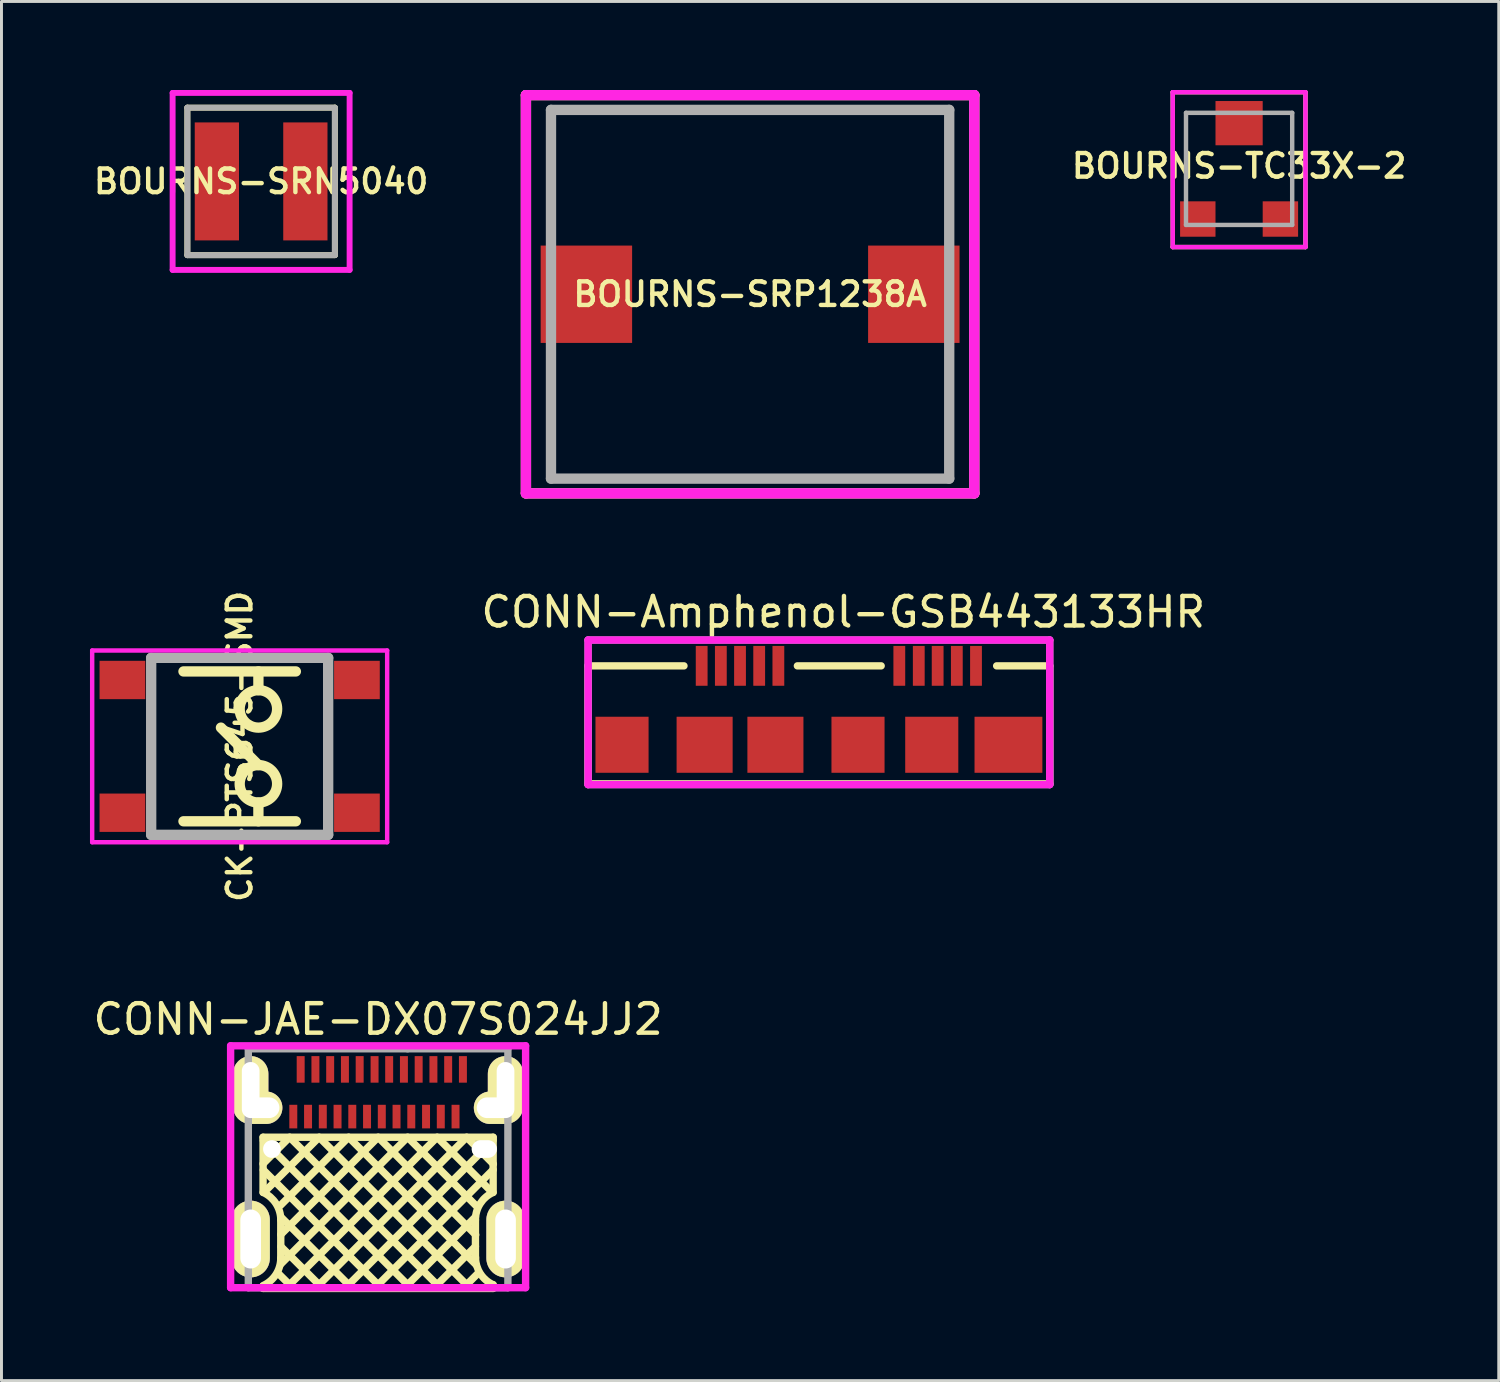
<source format=kicad_pcb>
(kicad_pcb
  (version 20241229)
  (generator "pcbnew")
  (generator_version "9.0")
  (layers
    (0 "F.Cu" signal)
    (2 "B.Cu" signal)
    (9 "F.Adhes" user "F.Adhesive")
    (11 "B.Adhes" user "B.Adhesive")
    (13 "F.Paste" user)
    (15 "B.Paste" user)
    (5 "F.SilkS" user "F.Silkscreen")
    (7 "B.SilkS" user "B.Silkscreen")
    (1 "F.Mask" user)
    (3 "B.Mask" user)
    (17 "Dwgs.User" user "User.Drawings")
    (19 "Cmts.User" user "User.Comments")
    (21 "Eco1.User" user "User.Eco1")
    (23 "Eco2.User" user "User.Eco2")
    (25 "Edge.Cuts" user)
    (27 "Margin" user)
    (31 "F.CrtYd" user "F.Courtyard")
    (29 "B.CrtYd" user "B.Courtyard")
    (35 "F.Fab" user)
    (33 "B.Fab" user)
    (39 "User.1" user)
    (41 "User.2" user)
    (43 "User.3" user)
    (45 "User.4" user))
  (footprint "CONN-JAE-DX07S024JJ2"
    (layer "F.Cu")
    (at 9.768 35.903)
    (property "Reference" "CONN-JAE-DX07S024JJ2" (at 0 -4.4 0) (layer "F.SilkS") (effects (font (size 1 1) (thickness 0.15))))
    (attr through_hole)
    (fp_line (start -3.9 -0.4) (end 3.9 -0.4) (stroke (width 0.25) (type solid)) (layer "F.SilkS"))
    (fp_line (start -3.9 1.47) (end -3.9 -0.4) (stroke (width 0.25) (type solid)) (layer "F.SilkS"))
    (fp_line (start -3.9 4.65) (end -3.9 4.725) (stroke (width 0.25) (type solid)) (layer "F.SilkS"))
    (fp_line (start -3.9 4.725) (end 3.9 4.725) (stroke (width 0.25) (type solid)) (layer "F.SilkS"))
    (fp_line (start -3.3 2.38) (end -3.3 3.72) (stroke (width 0.25) (type solid)) (layer "F.SilkS"))
    (fp_line (start -3 -0.4) (end -3.9 0.5) (stroke (width 0.25) (type solid)) (layer "F.SilkS"))
    (fp_line (start -2.992 -0.392) (end 2.108 4.708) (stroke (width 0.25) (type solid)) (layer "F.SilkS"))
    (fp_line (start -2.892 4.708) (end -3.392 4.208) (stroke (width 0.25) (type solid)) (layer "F.SilkS"))
    (fp_line (start -2 -0.4) (end -3.8 1.4) (stroke (width 0.25) (type solid)) (layer "F.SilkS"))
    (fp_line (start -1.992 -0.392) (end 3.108 4.708) (stroke (width 0.25) (type solid)) (layer "F.SilkS"))
    (fp_line (start -1.892 4.708) (end -3.292 3.308) (stroke (width 0.25) (type solid)) (layer "F.SilkS"))
    (fp_line (start -1.1 4.7) (end 3.9 -0.3) (stroke (width 0.25) (type solid)) (layer "F.SilkS"))
    (fp_line (start -1 -0.4) (end -3.3 1.9) (stroke (width 0.25) (type solid)) (layer "F.SilkS"))
    (fp_line (start -0.992 -0.392) (end 3.308 3.908) (stroke (width 0.25) (type solid)) (layer "F.SilkS"))
    (fp_line (start -0.892 4.708) (end -3.292 2.308) (stroke (width 0.25) (type solid)) (layer "F.SilkS"))
    (fp_line (start -0.1 4.7) (end 3.9 0.7) (stroke (width 0.25) (type solid)) (layer "F.SilkS"))
    (fp_line (start 0 -0.4) (end -3.3 2.9) (stroke (width 0.25) (type solid)) (layer "F.SilkS"))
    (fp_line (start 0.008 -0.392) (end 3.308 2.908) (stroke (width 0.25) (type solid)) (layer "F.SilkS"))
    (fp_line (start 0.108 4.708) (end -3.892 0.708) (stroke (width 0.25) (type solid)) (layer "F.SilkS"))
    (fp_line (start 0.9 4.7) (end 3.3 2.3) (stroke (width 0.25) (type solid)) (layer "F.SilkS"))
    (fp_line (start 1 -0.4) (end -3.3 3.9) (stroke (width 0.25) (type solid)) (layer "F.SilkS"))
    (fp_line (start 1.008 -0.392) (end 3.308 1.908) (stroke (width 0.25) (type solid)) (layer "F.SilkS"))
    (fp_line (start 1.108 4.708) (end -3.892 -0.292) (stroke (width 0.25) (type solid)) (layer "F.SilkS"))
    (fp_line (start 1.9 4.7) (end 3.3 3.3) (stroke (width 0.25) (type solid)) (layer "F.SilkS"))
    (fp_line (start 2 -0.4) (end -3.1 4.7) (stroke (width 0.25) (type solid)) (layer "F.SilkS"))
    (fp_line (start 2.008 -0.392) (end 3.808 1.408) (stroke (width 0.25) (type solid)) (layer "F.SilkS"))
    (fp_line (start 2.9 4.7) (end 3.4 4.2) (stroke (width 0.25) (type solid)) (layer "F.SilkS"))
    (fp_line (start 3 -0.4) (end -2.1 4.7) (stroke (width 0.25) (type solid)) (layer "F.SilkS"))
    (fp_line (start 3.008 -0.392) (end 3.908 0.508) (stroke (width 0.25) (type solid)) (layer "F.SilkS"))
    (fp_line (start 3.3 3.7) (end 3.3 2.4) (stroke (width 0.25) (type solid)) (layer "F.SilkS"))
    (fp_line (start 3.9 -0.4) (end 3.9 1.47) (stroke (width 0.25) (type solid)) (layer "F.SilkS"))
    (fp_line (start 3.9 4.6) (end 3.9 4.725) (stroke (width 0.25) (type solid)) (layer "F.SilkS"))
    (fp_arc (start -3.897013 1.47184) (mid -3.462141 1.848206) (end -3.3 2.4) (stroke (width 0.25) (type solid)) (layer "F.SilkS"))
    (fp_arc (start -3.3 3.7) (mid -3.462179 4.251855) (end -3.897144 4.62822) (stroke (width 0.25) (type solid)) (layer "F.SilkS"))
    (fp_arc (start 3.3 2.4) (mid 3.46214 1.848206) (end 3.897013 1.47184) (stroke (width 0.25) (type solid)) (layer "F.SilkS"))
    (fp_arc (start 3.9 4.6) (mid 3.465128 4.223634) (end 3.302987 3.67184) (stroke (width 0.25) (type solid)) (layer "F.SilkS"))
    (fp_line (start -5 -3.5) (end -5 4.7) (stroke (width 0.25) (type solid)) (layer "F.CrtYd"))
    (fp_line (start -5 4.7) (end 5 4.7) (stroke (width 0.25) (type solid)) (layer "F.CrtYd"))
    (fp_line (start 5 -3.5) (end -5 -3.5) (stroke (width 0.25) (type solid)) (layer "F.CrtYd"))
    (fp_line (start 5 4.7) (end 5 -3.5) (stroke (width 0.25) (type solid)) (layer "F.CrtYd"))
    (fp_line (start -4.4 -3.4) (end -4.4 4.7) (stroke (width 0.25) (type solid)) (layer "F.Fab"))
    (fp_line (start -4.4 4.7) (end 4.4 4.7) (stroke (width 0.25) (type solid)) (layer "F.Fab"))
    (fp_line (start 1 -3.4) (end -4.4 -3.4) (stroke (width 0.25) (type solid)) (layer "F.Fab"))
    (fp_line (start 1 -3.4) (end 4.4 -3.4) (stroke (width 0.25) (type solid)) (layer "F.Fab"))
    (fp_line (start 4.4 4.7) (end 4.4 -3.4) (stroke (width 0.25) (type solid)) (layer "F.Fab"))
    (pad "" np_thru_hole circle (at -3.6 0) (size 0.6 0.6) (drill 0.6) (layers "*.Cu" "*.Mask" "F.SilkS"))
    (pad "" np_thru_hole oval (at 3.6 0) (size 0.85 0.6) (drill oval 0.85 0.6) (layers "*.Cu" "*.Mask" "F.SilkS"))
    (pad "A1" smd rect (at -2.625 -2.7) (size 0.27 0.9) (layers "F.Cu" "F.Mask" "F.Paste"))
    (pad "A2" smd rect (at -2.125 -2.7) (size 0.27 0.9) (layers "F.Cu" "F.Mask" "F.Paste"))
    (pad "A3" smd rect (at -1.625 -2.7) (size 0.27 0.9) (layers "F.Cu" "F.Mask" "F.Paste"))
    (pad "A4" smd rect (at -1.125 -2.7) (size 0.27 0.9) (layers "F.Cu" "F.Mask" "F.Paste"))
    (pad "A5" smd rect (at -0.625 -2.7) (size 0.27 0.9) (layers "F.Cu" "F.Mask" "F.Paste"))
    (pad "A6" smd rect (at -0.12 -2.7) (size 0.27 0.9) (layers "F.Cu" "F.Mask" "F.Paste"))
    (pad "A7" smd rect (at 0.375 -2.7) (size 0.27 0.9) (layers "F.Cu" "F.Mask" "F.Paste"))
    (pad "A8" smd rect (at 0.875 -2.7) (size 0.27 0.9) (layers "F.Cu" "F.Mask" "F.Paste"))
    (pad "A9" smd rect (at 1.375 -2.7) (size 0.27 0.9) (layers "F.Cu" "F.Mask" "F.Paste"))
    (pad "A10" smd rect (at 1.875 -2.7) (size 0.27 0.9) (layers "F.Cu" "F.Mask" "F.Paste"))
    (pad "A11" smd rect (at 2.375 -2.7) (size 0.27 0.9) (layers "F.Cu" "F.Mask" "F.Paste"))
    (pad "A12" smd rect (at 2.875 -2.7) (size 0.27 0.9) (layers "F.Cu" "F.Mask" "F.Paste"))
    (pad "B1" smd rect (at 2.625 -1.1) (size 0.27 0.8) (layers "F.Cu" "F.Mask" "F.Paste"))
    (pad "B2" smd rect (at 2.125 -1.1) (size 0.27 0.8) (layers "F.Cu" "F.Mask" "F.Paste"))
    (pad "B3" smd rect (at 1.625 -1.1) (size 0.27 0.8) (layers "F.Cu" "F.Mask" "F.Paste"))
    (pad "B4" smd rect (at 1.125 -1.1) (size 0.27 0.8) (layers "F.Cu" "F.Mask" "F.Paste"))
    (pad "B5" smd rect (at 0.625 -1.1) (size 0.27 0.8) (layers "F.Cu" "F.Mask" "F.Paste"))
    (pad "B6" smd rect (at 0.125 -1.1) (size 0.27 0.8) (layers "F.Cu" "F.Mask" "F.Paste"))
    (pad "B7" smd rect (at -0.375 -1.1) (size 0.27 0.8) (layers "F.Cu" "F.Mask" "F.Paste"))
    (pad "B8" smd rect (at -0.875 -1.1) (size 0.27 0.8) (layers "F.Cu" "F.Mask" "F.Paste"))
    (pad "B9" smd rect (at -1.375 -1.1) (size 0.27 0.8) (layers "F.Cu" "F.Mask" "F.Paste"))
    (pad "B10" smd rect (at -1.875 -1.1) (size 0.27 0.8) (layers "F.Cu" "F.Mask" "F.Paste"))
    (pad "B11" smd rect (at -2.375 -1.1) (size 0.27 0.8) (layers "F.Cu" "F.Mask" "F.Paste"))
    (pad "B12" smd rect (at -2.875 -1.1) (size 0.27 0.8) (layers "F.Cu" "F.Mask" "F.Paste"))
    (pad "SH" thru_hole oval (at -4.32 -2) (size 1.2 2.3) (drill oval 0.6 1.9) (layers "*.Cu" "*.Mask" "F.SilkS"))
    (pad "SH" thru_hole oval (at -4.32 3.05) (size 1.3 2.6) (drill oval 0.7 2) (layers "*.Cu" "*.Mask" "F.SilkS"))
    (pad "SH" thru_hole oval (at -3.97 -1.4) (size 1.45 1.1) (drill oval 1.25 0.7) (layers "*.Cu" "*.Mask" "F.SilkS"))
    (pad "SH" thru_hole oval (at 3.97 -1.4) (size 1.45 1.1) (drill oval 1.25 0.7) (layers "*.Cu" "*.Mask" "F.SilkS"))
    (pad "SH" thru_hole oval (at 4.32 -2) (size 1.2 2.3) (drill oval 0.6 1.9) (layers "*.Cu" "*.Mask" "F.SilkS"))
    (pad "SH" thru_hole oval (at 4.32 3.05) (size 1.3 2.6) (drill oval 0.7 2) (layers "*.Cu" "*.Mask" "F.SilkS")))
  (footprint "BOURNS-SRP1238A"
    (layer "F.Cu")
    (at 22.379 6.925)
    (property "Reference" "BOURNS-SRP1238A" (at 0 0 0) (layer "F.SilkS") (effects (font (size 0.8 0.8) (thickness 0.15))))
    (attr through_hole)
    (fp_line (start -7.6 -6.75) (end 7.6 -6.75) (stroke (width 0.35) (type solid)) (layer "F.SilkS"))
    (fp_line (start -7.6 6.75) (end -7.6 -6.75) (stroke (width 0.35) (type solid)) (layer "F.SilkS"))
    (fp_line (start 7.6 -6.75) (end 7.6 6.75) (stroke (width 0.35) (type solid)) (layer "F.SilkS"))
    (fp_line (start 7.6 6.75) (end -7.6 6.75) (stroke (width 0.35) (type solid)) (layer "F.SilkS"))
    (fp_line (start -7.6 -6.75) (end 7.6 -6.75) (stroke (width 0.35) (type solid)) (layer "F.CrtYd"))
    (fp_line (start -7.6 6.75) (end -7.6 -6.75) (stroke (width 0.35) (type solid)) (layer "F.CrtYd"))
    (fp_line (start 7.6 -6.75) (end 7.6 6.75) (stroke (width 0.35) (type solid)) (layer "F.CrtYd"))
    (fp_line (start 7.6 6.75) (end -7.6 6.75) (stroke (width 0.35) (type solid)) (layer "F.CrtYd"))
    (fp_line (start -6.75 -6.25) (end 6.75 -6.25) (stroke (width 0.35) (type solid)) (layer "F.Fab"))
    (fp_line (start -6.75 6.25) (end -6.75 -6.25) (stroke (width 0.35) (type solid)) (layer "F.Fab"))
    (fp_line (start 6.75 -6.25) (end 6.75 6.25) (stroke (width 0.35) (type solid)) (layer "F.Fab"))
    (fp_line (start 6.75 6.25) (end -6.75 6.25) (stroke (width 0.35) (type solid)) (layer "F.Fab"))
    (pad "1" smd rect (at -5.55 0) (size 3.1 3.3) (layers "F.Cu" "F.Mask" "F.Paste"))
    (pad "2" smd rect (at 5.55 0) (size 3.1 3.3) (layers "F.Cu" "F.Mask" "F.Paste")))
  (footprint "BOURNS-TC33X-2"
    (layer "F.Cu")
    (at 38.956 2.575)
    (property "Reference" "BOURNS-TC33X-2" (at 0 0 0) (layer "F.SilkS") (effects (font (size 0.8 0.8) (thickness 0.15))))
    (attr through_hole)
    (fp_line (start -2.25 -2.5) (end -2.25 2.75) (stroke (width 0.15) (type solid)) (layer "F.SilkS"))
    (fp_line (start -2.25 2.75) (end 2.25 2.75) (stroke (width 0.15) (type solid)) (layer "F.SilkS"))
    (fp_line (start 2.25 -2.5) (end -2.25 -2.5) (stroke (width 0.15) (type solid)) (layer "F.SilkS"))
    (fp_line (start 2.25 2.75) (end 2.25 -2.5) (stroke (width 0.15) (type solid)) (layer "F.SilkS"))
    (fp_line (start -2.25 -2.5) (end -2.25 2.75) (stroke (width 0.15) (type solid)) (layer "F.CrtYd"))
    (fp_line (start -2.25 2.75) (end 2.25 2.75) (stroke (width 0.15) (type solid)) (layer "F.CrtYd"))
    (fp_line (start 2.25 -2.5) (end -2.25 -2.5) (stroke (width 0.15) (type solid)) (layer "F.CrtYd"))
    (fp_line (start 2.25 2.75) (end 2.25 -2.5) (stroke (width 0.15) (type solid)) (layer "F.CrtYd"))
    (fp_line (start -1.8 -1.8) (end 1.8 -1.8) (stroke (width 0.15) (type solid)) (layer "F.Fab"))
    (fp_line (start -1.8 2) (end -1.8 -1.8) (stroke (width 0.15) (type solid)) (layer "F.Fab"))
    (fp_line (start 1.8 -1.8) (end 1.8 2) (stroke (width 0.15) (type solid)) (layer "F.Fab"))
    (fp_line (start 1.8 2) (end -1.8 2) (stroke (width 0.15) (type solid)) (layer "F.Fab"))
    (pad "1" smd rect (at -1.4 1.8) (size 1.2 1.2) (layers "F.Cu" "F.Mask" "F.Paste"))
    (pad "2" smd rect (at 0 -1.45) (size 1.6 1.5) (layers "F.Cu" "F.Mask" "F.Paste"))
    (pad "3" smd rect (at 1.4 1.8) (size 1.2 1.2) (layers "F.Cu" "F.Mask" "F.Paste")))
  (footprint "CONN-Amphenol-GSB443133HR"
    (layer "F.Cu")
    (at 22.037 22.198)
    (property "Reference" "CONN-Amphenol-GSB443133HR" (at 3.5 -4.5 0) (layer "F.SilkS") (effects (font (size 1 1) (thickness 0.15))))
    (attr through_hole)
    (fp_line (start -5.15 -2.675) (end -1.9 -2.675) (stroke (width 0.25) (type solid)) (layer "F.SilkS"))
    (fp_line (start -5.15 1.325) (end -5.15 -2.675) (stroke (width 0.25) (type solid)) (layer "F.SilkS"))
    (fp_line (start -5.15 1.325) (end 10.5 1.325) (stroke (width 0.25) (type solid)) (layer "F.SilkS"))
    (fp_line (start 1.945 -2.675) (end 4.785 -2.675) (stroke (width 0.25) (type solid)) (layer "F.SilkS"))
    (fp_line (start 8.7 -2.675) (end 10.5 -2.675) (stroke (width 0.25) (type solid)) (layer "F.SilkS"))
    (fp_line (start 10.5 -2.675) (end 10.5 1.325) (stroke (width 0.25) (type solid)) (layer "F.SilkS"))
    (fp_line (start -5.15 -3.55) (end 10.5 -3.55) (stroke (width 0.25) (type solid)) (layer "F.CrtYd"))
    (fp_line (start -5.15 1.35) (end -5.15 -3.55) (stroke (width 0.25) (type solid)) (layer "F.CrtYd"))
    (fp_line (start -5.15 1.35) (end 10.5 1.35) (stroke (width 0.25) (type solid)) (layer "F.CrtYd"))
    (fp_line (start 10.5 -3.55) (end 10.5 1.35) (stroke (width 0.25) (type solid)) (layer "F.CrtYd"))
    (fp_line (start -5.15 -3.55) (end 10.5 -3.55) (stroke (width 0.25) (type solid)) (layer "F.Fab"))
    (fp_line (start -5.15 -2.7) (end -5.15 -3.55) (stroke (width 0.25) (type solid)) (layer "F.Fab"))
    (fp_line (start -5.15 1.35) (end -5.15 -2.7) (stroke (width 0.25) (type solid)) (layer "F.Fab"))
    (fp_line (start 10.5 -3.55) (end 10.5 1.35) (stroke (width 0.25) (type solid)) (layer "F.Fab"))
    (fp_line (start 10.5 1.35) (end -5.15 1.35) (stroke (width 0.25) (type solid)) (layer "F.Fab"))
    (pad "1" smd rect (at -1.3 -2.675) (size 0.4 1.35) (layers "F.Cu" "F.Mask" "F.Paste"))
    (pad "2" smd rect (at -0.65 -2.675) (size 0.4 1.35) (layers "F.Cu" "F.Mask" "F.Paste"))
    (pad "3" smd rect (at 0 -2.675) (size 0.4 1.35) (layers "F.Cu" "F.Mask" "F.Paste"))
    (pad "4" smd rect (at 0.65 -2.675) (size 0.4 1.35) (layers "F.Cu" "F.Mask" "F.Paste"))
    (pad "5" smd rect (at 1.3 -2.675) (size 0.4 1.35) (layers "F.Cu" "F.Mask" "F.Paste"))
    (pad "6" smd rect (at 5.4 -2.675) (size 0.4 1.35) (layers "F.Cu" "F.Mask" "F.Paste"))
    (pad "7" smd rect (at 6.06 -2.675) (size 0.4 1.35) (layers "F.Cu" "F.Mask" "F.Paste"))
    (pad "8" smd rect (at 6.7 -2.675) (size 0.4 1.35) (layers "F.Cu" "F.Mask" "F.Paste"))
    (pad "9" smd rect (at 7.35 -2.675) (size 0.4 1.35) (layers "F.Cu" "F.Mask" "F.Paste"))
    (pad "10" smd rect (at 8 -2.675) (size 0.4 1.35) (layers "F.Cu" "F.Mask" "F.Paste"))
    (pad "SH" smd rect (at -4 0) (size 1.8 1.9) (layers "F.Cu" "F.Mask" "F.Paste"))
    (pad "SH" smd rect (at -1.2 0) (size 1.9 1.9) (layers "F.Cu" "F.Mask" "F.Paste"))
    (pad "SH" smd rect (at 1.2 0) (size 1.9 1.9) (layers "F.Cu" "F.Mask" "F.Paste"))
    (pad "SH" smd rect (at 4 0) (size 1.8 1.9) (layers "F.Cu" "F.Mask" "F.Paste"))
    (pad "SH" smd rect (at 6.5 0) (size 1.8 1.9) (layers "F.Cu" "F.Mask" "F.Paste"))
    (pad "SH" smd rect (at 9.1 0) (size 2.3 1.9) (layers "F.Cu" "F.Mask" "F.Paste")))
  (footprint "BOURNS-SRN5040"
    (layer "F.Cu")
    (at 5.802 3.1)
    (property "Reference" "BOURNS-SRN5040" (at 0 0 0) (layer "F.SilkS") (effects (font (size 0.8 0.8) (thickness 0.15))))
    (attr through_hole)
    (fp_line (start -2.5 -2.5) (end 2.5 -2.5) (stroke (width 0.2) (type solid)) (layer "F.SilkS"))
    (fp_line (start -2.5 2.5) (end -2.5 -2.5) (stroke (width 0.2) (type solid)) (layer "F.SilkS"))
    (fp_line (start 2.5 -2.5) (end 2.5 2.5) (stroke (width 0.2) (type solid)) (layer "F.SilkS"))
    (fp_line (start 2.5 2.5) (end -2.5 2.5) (stroke (width 0.2) (type solid)) (layer "F.SilkS"))
    (fp_line (start -3 -3) (end 3 -3) (stroke (width 0.2) (type solid)) (layer "F.CrtYd"))
    (fp_line (start -3 3) (end -3 -3) (stroke (width 0.2) (type solid)) (layer "F.CrtYd"))
    (fp_line (start 3 -3) (end 3 3) (stroke (width 0.2) (type solid)) (layer "F.CrtYd"))
    (fp_line (start 3 3) (end -3 3) (stroke (width 0.2) (type solid)) (layer "F.CrtYd"))
    (fp_line (start -2.5 -2.5) (end 2.5 -2.5) (stroke (width 0.2) (type solid)) (layer "F.Fab"))
    (fp_line (start -2.5 2.5) (end -2.5 -2.5) (stroke (width 0.2) (type solid)) (layer "F.Fab"))
    (fp_line (start 2.5 -2.5) (end 2.5 2.5) (stroke (width 0.2) (type solid)) (layer "F.Fab"))
    (fp_line (start 2.5 2.5) (end -2.5 2.5) (stroke (width 0.2) (type solid)) (layer "F.Fab"))
    (pad "1" smd rect (at -1.5 0) (size 1.5 4) (layers "F.Cu" "F.Mask" "F.Paste"))
    (pad "2" smd rect (at 1.5 0) (size 1.5 4) (layers "F.Cu" "F.Mask" "F.Paste")))
  (footprint "CK-PTS645-SMD"
    (layer "F.Cu")
    (at 5.075 22.252)
    (property "Reference" "CK-PTS645-SMD" (at 0 0 90) (layer "F.SilkS") (effects (font (size 0.8 0.8) (thickness 0.15))))
    (attr through_hole)
    (fp_line (start -1.905 -2.54) (end 1.905 -2.54) (stroke (width 0.35) (type solid)) (layer "F.SilkS"))
    (fp_line (start -1.905 2.54) (end 1.905 2.54) (stroke (width 0.35) (type solid)) (layer "F.SilkS"))
    (fp_line (start 0.635 -1.905) (end 0.635 -2.54) (stroke (width 0.35) (type solid)) (layer "F.SilkS"))
    (fp_line (start 0.635 0.635) (end -0.635 -0.635) (stroke (width 0.35) (type solid)) (layer "F.SilkS"))
    (fp_line (start 0.635 1.905) (end 0.635 2.54) (stroke (width 0.35) (type solid)) (layer "F.SilkS"))
    (fp_circle (center 0.635 -1.27) (end 0.635 -0.635) (stroke (width 0.35) (type solid)) (fill no) (layer "F.SilkS"))
    (fp_circle (center 0.635 1.27) (end 0.635 0.635) (stroke (width 0.35) (type solid)) (fill no) (layer "F.SilkS"))
    (fp_line (start -5 -3.25) (end -5 3.25) (stroke (width 0.15) (type solid)) (layer "F.CrtYd"))
    (fp_line (start -5 3.25) (end 5 3.25) (stroke (width 0.15) (type solid)) (layer "F.CrtYd"))
    (fp_line (start 5 -3.25) (end -5 -3.25) (stroke (width 0.15) (type solid)) (layer "F.CrtYd"))
    (fp_line (start 5 3.25) (end 5 -3.25) (stroke (width 0.15) (type solid)) (layer "F.CrtYd"))
    (fp_line (start -3 -3) (end 3 -3) (stroke (width 0.35) (type solid)) (layer "F.Fab"))
    (fp_line (start -3 3) (end -3 -3) (stroke (width 0.35) (type solid)) (layer "F.Fab"))
    (fp_line (start 3 -3) (end 3 3) (stroke (width 0.35) (type solid)) (layer "F.Fab"))
    (fp_line (start 3 3) (end -3 3) (stroke (width 0.35) (type solid)) (layer "F.Fab"))
    (pad "1" smd rect (at -3.975 2.25 90) (size 1.3 1.55) (layers "F.Cu" "F.Mask" "F.Paste"))
    (pad "2" smd rect (at 3.975 2.25 90) (size 1.3 1.55) (layers "F.Cu" "F.Mask" "F.Paste"))
    (pad "3" smd rect (at -3.975 -2.25 90) (size 1.3 1.55) (layers "F.Cu" "F.Mask" "F.Paste"))
    (pad "4" smd rect (at 3.975 -2.25 90) (size 1.3 1.55) (layers "F.Cu" "F.Mask" "F.Paste")))
  (gr_rect
    (start -3 -3)
    (end 47.759 43.753)
    (stroke (width 0.1) (type default))
    (fill no)
    (layer "Edge.Cuts")))
</source>
